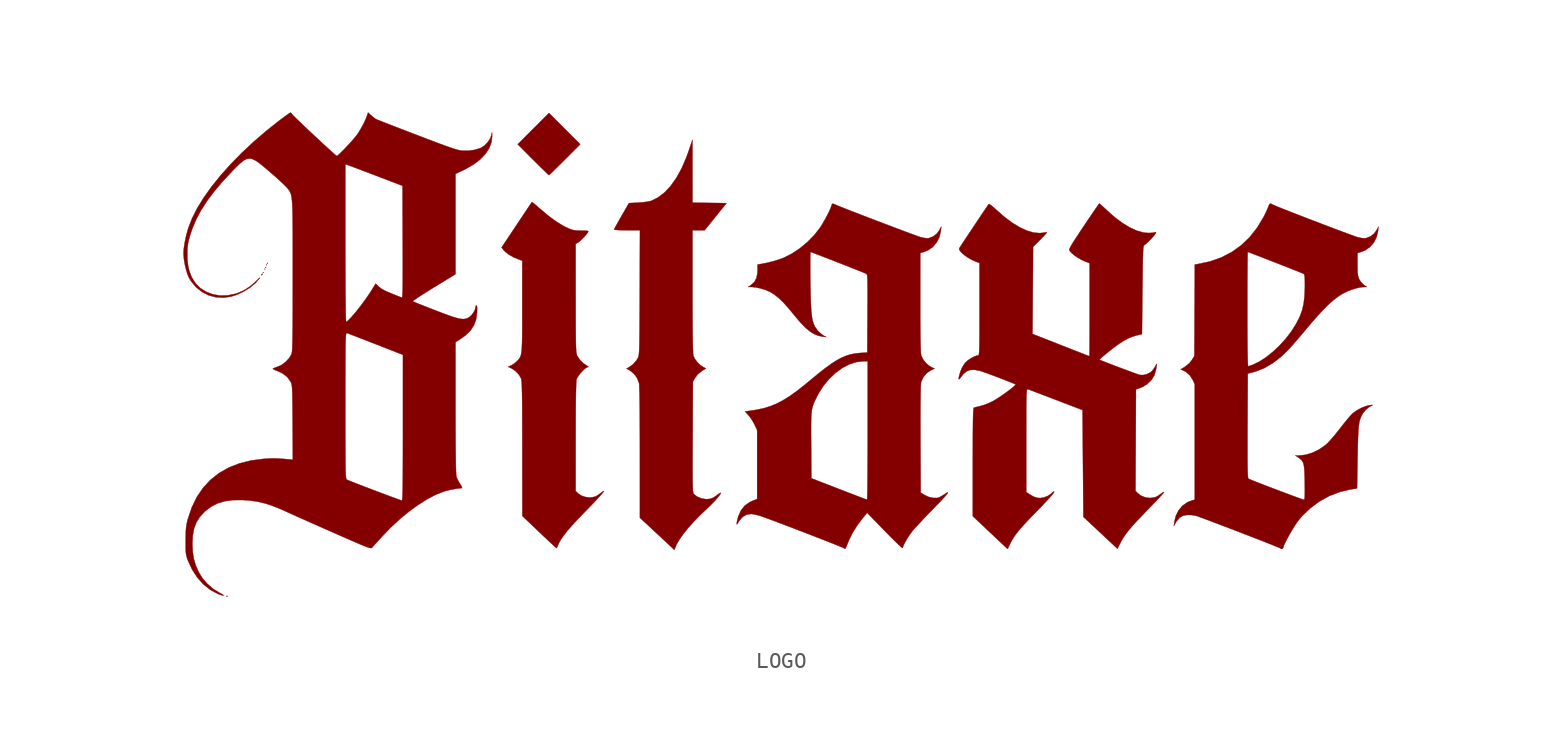
<source format=kicad_sym>
(kicad_symbol_lib
  (version 20220914)
  (generator kicad_symbol_editor)
  (symbol "LOGO"
    (pin_names
      (offset 1.016))
    (property "Reference" "#G"
      (at 0 27.529 0)
      (effects (font (size 1.27 1.27)) hide))
    (symbol "LOGO_0_0"
      (polyline (pts (xy -31.137 6.076) (xy -31.163 6.102) (xy -31.189 6.076) (xy -31.163 6.05) (xy -31.137 6.076)) (stroke (width 0.01) (type default)) (fill (type outline)))
      (polyline (pts (xy -31.033 6.285) (xy -31.059 6.311) (xy -31.085 6.285) (xy -31.059 6.259) (xy -31.033 6.285)) (stroke (width 0.01) (type default)) (fill (type outline)))
      (polyline (pts (xy -30.981 6.389) (xy -31.007 6.415) (xy -31.033 6.389) (xy -31.007 6.363) (xy -30.981 6.389)) (stroke (width 0.01) (type default)) (fill (type outline)))
      (polyline (pts (xy -30.929 6.546) (xy -30.955 6.572) (xy -30.981 6.546) (xy -30.955 6.519) (xy -30.929 6.546)) (stroke (width 0.01) (type default)) (fill (type outline)))
      (polyline (pts (xy -30.876 6.65) (xy -30.902 6.676) (xy -30.929 6.65) (xy -30.902 6.624) (xy -30.876 6.65)) (stroke (width 0.01) (type default)) (fill (type outline)))
      (polyline (pts (xy -33.404 -14.183) (xy -33.397 -14.152) (xy -33.405 -14.146) (xy -33.467 -14.152) (xy -33.475 -14.167) (xy -33.432 -14.187) (xy -33.404 -14.183)) (stroke (width 0.01) (type default)) (fill (type outline)))
      (polyline (pts (xy -31.265 5.896) (xy -31.215 5.946) (xy -31.206 5.964) (xy -31.209 5.998) (xy -31.218 5.996) (xy -31.268 5.946) (xy -31.277 5.927) (xy -31.274 5.894) (xy -31.265 5.896)) (stroke (width 0.01) (type default)) (fill (type outline)))
      (polyline (pts (xy -13.262 12.183) (xy -13.16 12.279) (xy -13.004 12.43) (xy -12.803 12.626) (xy -12.568 12.859) (xy -12.309 13.117) (xy -11.345 14.082) (xy -12.322 15.06) (xy -13.3 16.038) (xy -14.277 15.06) (xy -15.255 14.082) (xy -14.291 13.117) (xy -14.049 12.876) (xy -13.812 12.641) (xy -13.608 12.442) (xy -13.449 12.287) (xy -13.342 12.188) (xy -13.3 12.152) (xy -13.262 12.183)) (stroke (width 0.01) (type default)) (fill (type outline)))
      (polyline (pts (xy -5.372 -11.044) (xy -5.296 -10.879) (xy -5.123 -10.589) (xy -4.885 -10.257) (xy -4.595 -9.898) (xy -4.263 -9.524) (xy -3.901 -9.15) (xy -3.52 -8.788) (xy -3.385 -8.664) (xy -3.181 -8.464) (xy -2.994 -8.271) (xy -2.832 -8.092) (xy -2.7 -7.937) (xy -2.607 -7.813) (xy -2.559 -7.73) (xy -2.562 -7.696) (xy -2.624 -7.721) (xy -2.751 -7.811) (xy -2.924 -7.939) (xy -3.099 -8.037) (xy -3.268 -8.086) (xy -3.466 -8.099) (xy -3.506 -8.098) (xy -3.782 -8.05) (xy -4.04 -7.939) (xy -4.239 -7.784) (xy -4.244 -7.779) (xy -4.261 -7.752) (xy -4.277 -7.711) (xy -4.289 -7.65) (xy -4.3 -7.56) (xy -4.308 -7.434) (xy -4.314 -7.265) (xy -4.319 -7.044) (xy -4.322 -6.764) (xy -4.323 -6.418) (xy -4.323 -5.998) (xy -4.322 -5.497) (xy -4.32 -4.906) (xy -4.317 -4.219) (xy -4.303 -0.756) (xy -4.154 -0.503) (xy -4.011 -0.31) (xy -3.746 -0.089) (xy -3.487 0.072) (xy -3.664 0.163) (xy -3.827 0.271) (xy -4.021 0.457) (xy -4.179 0.668) (xy -4.273 0.87) (xy -4.278 0.896) (xy -4.29 1.036) (xy -4.3 1.279) (xy -4.309 1.626) (xy -4.316 2.075) (xy -4.321 2.626) (xy -4.325 3.28) (xy -4.328 4.034) (xy -4.329 4.89) (xy -4.329 8.71) (xy -3.947 8.71) (xy -3.566 8.71) (xy -2.882 9.558) (xy -2.198 10.405) (xy -3.264 10.419) (xy -4.329 10.433) (xy -4.33 12.401) (xy -4.33 14.369) (xy -4.56 13.686) (xy -4.71 13.269) (xy -5.003 12.589) (xy -5.329 11.996) (xy -5.683 11.492) (xy -6.064 11.082) (xy -6.469 10.767) (xy -6.896 10.552) (xy -6.972 10.53) (xy -7.172 10.491) (xy -7.428 10.459) (xy -7.711 10.437) (xy -8.302 10.405) (xy -8.767 9.598) (xy -8.901 9.363) (xy -9.033 9.128) (xy -9.138 8.938) (xy -9.207 8.806) (xy -9.232 8.75) (xy -9.215 8.742) (xy -9.113 8.729) (xy -8.935 8.719) (xy -8.699 8.713) (xy -8.422 8.71) (xy -7.612 8.71) (xy -7.626 4.811) (xy -7.629 4.146) (xy -7.631 3.504) (xy -7.634 2.952) (xy -7.637 2.483) (xy -7.641 2.09) (xy -7.645 1.765) (xy -7.65 1.501) (xy -7.656 1.291) (xy -7.664 1.127) (xy -7.674 1.002) (xy -7.685 0.909) (xy -7.698 0.84) (xy -7.714 0.787) (xy -7.732 0.745) (xy -7.753 0.704) (xy -7.836 0.571) (xy -8.055 0.32) (xy -8.308 0.14) (xy -8.454 0.065) (xy -8.226 -0.069) (xy -7.981 -0.268) (xy -7.787 -0.537) (xy -7.669 -0.845) (xy -7.665 -0.87) (xy -7.656 -1.004) (xy -7.647 -1.236) (xy -7.639 -1.56) (xy -7.633 -1.971) (xy -7.627 -2.465) (xy -7.623 -3.036) (xy -7.619 -3.68) (xy -7.617 -4.392) (xy -7.616 -5.166) (xy -7.615 -9.263) (xy -6.536 -10.267) (xy -5.458 -11.271) (xy -5.372 -11.044)) (stroke (width 0.01) (type default)) (fill (type outline)))
      (polyline (pts (xy -12.822 -11.156) (xy -12.782 -11.095) (xy -12.733 -10.977) (xy -12.691 -10.875) (xy -12.571 -10.652) (xy -12.396 -10.395) (xy -12.163 -10.097) (xy -11.864 -9.751) (xy -11.496 -9.352) (xy -11.053 -8.893) (xy -11.043 -8.883) (xy -10.677 -8.507) (xy -10.377 -8.193) (xy -10.146 -7.943) (xy -9.983 -7.758) (xy -9.89 -7.64) (xy -9.869 -7.59) (xy -9.921 -7.61) (xy -10.046 -7.7) (xy -10.088 -7.732) (xy -10.24 -7.845) (xy -10.354 -7.913) (xy -10.464 -7.953) (xy -10.606 -7.983) (xy -10.746 -7.996) (xy -11.016 -7.966) (xy -11.274 -7.877) (xy -11.477 -7.742) (xy -11.631 -7.595) (xy -11.63 -4.202) (xy -11.63 -3.444) (xy -11.627 -2.732) (xy -11.623 -2.122) (xy -11.617 -1.616) (xy -11.608 -1.211) (xy -11.599 -0.908) (xy -11.587 -0.706) (xy -11.574 -0.605) (xy -11.51 -0.469) (xy -11.396 -0.306) (xy -11.253 -0.138) (xy -11.103 0.01) (xy -10.966 0.117) (xy -10.865 0.159) (xy -10.839 0.161) (xy -10.836 0.186) (xy -10.927 0.243) (xy -11.162 0.404) (xy -11.379 0.624) (xy -11.532 0.861) (xy -11.534 0.865) (xy -11.553 0.912) (xy -11.569 0.969) (xy -11.583 1.042) (xy -11.595 1.141) (xy -11.604 1.272) (xy -11.612 1.444) (xy -11.617 1.666) (xy -11.622 1.944) (xy -11.625 2.287) (xy -11.627 2.702) (xy -11.629 3.198) (xy -11.629 3.783) (xy -11.63 4.463) (xy -11.631 7.858) (xy -11.495 7.931) (xy -11.478 7.94) (xy -11.363 8.031) (xy -11.215 8.171) (xy -11.063 8.332) (xy -10.932 8.484) (xy -10.851 8.602) (xy -10.841 8.626) (xy -10.855 8.656) (xy -10.922 8.674) (xy -11.059 8.683) (xy -11.284 8.686) (xy -11.297 8.686) (xy -11.55 8.692) (xy -11.74 8.714) (xy -11.91 8.759) (xy -12.1 8.834) (xy -12.397 8.98) (xy -12.841 9.253) (xy -13.317 9.6) (xy -13.812 10.014) (xy -13.877 10.072) (xy -14.065 10.236) (xy -14.218 10.365) (xy -14.323 10.449) (xy -14.366 10.475) (xy -14.379 10.456) (xy -14.443 10.362) (xy -14.553 10.197) (xy -14.703 9.972) (xy -14.886 9.699) (xy -15.094 9.386) (xy -15.322 9.044) (xy -16.262 7.632) (xy -16.137 7.471) (xy -16.025 7.354) (xy -15.801 7.185) (xy -15.528 7.028) (xy -15.236 6.903) (xy -14.969 6.808) (xy -14.969 3.95) (xy -14.969 3.529) (xy -14.969 2.949) (xy -14.97 2.459) (xy -14.974 2.05) (xy -14.98 1.714) (xy -14.99 1.442) (xy -15.004 1.225) (xy -15.023 1.055) (xy -15.049 0.923) (xy -15.081 0.82) (xy -15.122 0.738) (xy -15.171 0.668) (xy -15.229 0.601) (xy -15.297 0.528) (xy -15.333 0.493) (xy -15.496 0.361) (xy -15.66 0.263) (xy -15.856 0.173) (xy -15.645 0.077) (xy -15.63 0.07) (xy -15.395 -0.087) (xy -15.187 -0.307) (xy -15.04 -0.555) (xy -15.035 -0.57) (xy -15.023 -0.629) (xy -15.011 -0.722) (xy -15.002 -0.856) (xy -14.994 -1.037) (xy -14.987 -1.271) (xy -14.981 -1.565) (xy -14.976 -1.925) (xy -14.973 -2.358) (xy -14.97 -2.869) (xy -14.968 -3.466) (xy -14.967 -4.154) (xy -14.966 -4.94) (xy -14.963 -9.153) (xy -13.91 -10.155) (xy -13.875 -10.188) (xy -13.603 -10.446) (xy -13.356 -10.677) (xy -13.146 -10.874) (xy -12.981 -11.025) (xy -12.872 -11.124) (xy -12.828 -11.159) (xy -12.822 -11.156)) (stroke (width 0.01) (type default)) (fill (type outline)))
      (polyline (pts (xy 32.56 -11.204) (xy 32.597 -11.144) (xy 32.599 -11.126) (xy 32.638 -11.001) (xy 32.723 -10.812) (xy 32.842 -10.578) (xy 32.985 -10.317) (xy 33.142 -10.048) (xy 33.302 -9.79) (xy 33.455 -9.559) (xy 33.591 -9.377) (xy 33.785 -9.15) (xy 34.299 -8.657) (xy 34.871 -8.236) (xy 35.49 -7.896) (xy 36.142 -7.645) (xy 36.813 -7.49) (xy 37.213 -7.428) (xy 37.245 -5.5) (xy 37.248 -5.324) (xy 37.258 -4.799) (xy 37.27 -4.364) (xy 37.284 -4.008) (xy 37.302 -3.718) (xy 37.325 -3.484) (xy 37.355 -3.295) (xy 37.393 -3.138) (xy 37.44 -3.003) (xy 37.497 -2.878) (xy 37.567 -2.753) (xy 37.572 -2.744) (xy 37.737 -2.537) (xy 37.954 -2.351) (xy 38.178 -2.223) (xy 38.191 -2.214) (xy 38.143 -2.21) (xy 38.022 -2.221) (xy 37.769 -2.282) (xy 37.474 -2.4) (xy 37.186 -2.556) (xy 36.946 -2.73) (xy 36.877 -2.798) (xy 36.738 -2.952) (xy 36.563 -3.157) (xy 36.369 -3.397) (xy 36.17 -3.651) (xy 36.035 -3.824) (xy 35.825 -4.084) (xy 35.623 -4.321) (xy 35.447 -4.516) (xy 35.316 -4.648) (xy 35.215 -4.734) (xy 34.833 -4.997) (xy 34.418 -5.198) (xy 33.995 -5.327) (xy 33.592 -5.372) (xy 33.356 -5.372) (xy 33.55 -5.504) (xy 33.553 -5.506) (xy 33.669 -5.591) (xy 33.758 -5.678) (xy 33.825 -5.781) (xy 33.872 -5.915) (xy 33.904 -6.094) (xy 33.924 -6.334) (xy 33.936 -6.649) (xy 33.944 -7.054) (xy 33.944 -7.056) (xy 33.949 -7.432) (xy 33.949 -7.715) (xy 33.944 -7.916) (xy 33.934 -8.046) (xy 33.917 -8.116) (xy 33.894 -8.136) (xy 33.892 -8.136) (xy 33.819 -8.115) (xy 33.665 -8.062) (xy 33.441 -7.981) (xy 33.164 -7.879) (xy 32.845 -7.761) (xy 32.499 -7.631) (xy 32.141 -7.495) (xy 31.782 -7.359) (xy 31.439 -7.227) (xy 31.123 -7.104) (xy 30.85 -6.997) (xy 30.632 -6.91) (xy 30.484 -6.848) (xy 30.42 -6.817) (xy 30.414 -6.81) (xy 30.401 -6.764) (xy 30.39 -6.672) (xy 30.381 -6.528) (xy 30.375 -6.325) (xy 30.369 -6.057) (xy 30.366 -5.716) (xy 30.364 -5.298) (xy 30.364 -4.795) (xy 30.365 -4.2) (xy 30.367 -3.508) (xy 30.381 -0.249) (xy 30.752 -0.155) (xy 30.878 -0.12) (xy 31.406 0.088) (xy 31.934 0.394) (xy 32.452 0.791) (xy 32.953 1.274) (xy 32.983 1.307) (xy 33.132 1.474) (xy 33.328 1.698) (xy 33.554 1.961) (xy 33.796 2.246) (xy 34.038 2.534) (xy 34.34 2.893) (xy 34.747 3.358) (xy 35.11 3.749) (xy 35.438 4.075) (xy 35.739 4.342) (xy 36.022 4.559) (xy 36.295 4.734) (xy 36.568 4.874) (xy 36.586 4.882) (xy 36.863 4.991) (xy 37.157 5.08) (xy 37.431 5.141) (xy 37.649 5.163) (xy 37.828 5.163) (xy 37.651 5.281) (xy 37.601 5.32) (xy 37.466 5.464) (xy 37.357 5.631) (xy 37.33 5.688) (xy 37.29 5.792) (xy 37.263 5.91) (xy 37.248 6.064) (xy 37.241 6.278) (xy 37.239 6.573) (xy 37.239 7.283) (xy 37.516 7.37) (xy 37.729 7.458) (xy 38.027 7.667) (xy 38.267 7.948) (xy 38.437 8.284) (xy 38.523 8.661) (xy 38.553 8.945) (xy 38.436 8.719) (xy 38.278 8.502) (xy 38.044 8.32) (xy 37.776 8.216) (xy 37.699 8.208) (xy 37.508 8.221) (xy 37.29 8.263) (xy 37.266 8.27) (xy 37.134 8.313) (xy 36.924 8.388) (xy 36.647 8.489) (xy 36.315 8.612) (xy 35.937 8.754) (xy 35.526 8.909) (xy 35.092 9.074) (xy 34.645 9.245) (xy 34.197 9.416) (xy 33.76 9.585) (xy 33.343 9.747) (xy 32.958 9.898) (xy 32.616 10.033) (xy 32.328 10.148) (xy 32.105 10.239) (xy 31.957 10.302) (xy 31.896 10.333) (xy 31.831 10.373) (xy 31.745 10.354) (xy 31.687 10.239) (xy 31.677 10.208) (xy 31.624 10.072) (xy 31.541 9.885) (xy 31.442 9.678) (xy 31.377 9.552) (xy 30.97 8.874) (xy 30.502 8.281) (xy 29.973 7.773) (xy 29.385 7.35) (xy 28.738 7.013) (xy 28.031 6.762) (xy 27.266 6.597) (xy 27.072 6.567) (xy 27.058 3.781) (xy 30.355 3.781) (xy 30.355 4.154) (xy 30.356 4.736) (xy 30.357 5.281) (xy 30.359 5.78) (xy 30.362 6.226) (xy 30.365 6.609) (xy 30.368 6.923) (xy 30.372 7.157) (xy 30.376 7.303) (xy 30.381 7.354) (xy 30.387 7.353) (xy 30.466 7.324) (xy 30.625 7.264) (xy 30.851 7.178) (xy 31.129 7.071) (xy 31.447 6.947) (xy 31.79 6.814) (xy 32.146 6.674) (xy 32.502 6.535) (xy 32.843 6.401) (xy 33.156 6.277) (xy 33.428 6.169) (xy 33.645 6.082) (xy 33.794 6.021) (xy 33.862 5.991) (xy 33.885 5.976) (xy 33.915 5.932) (xy 33.935 5.852) (xy 33.946 5.72) (xy 33.951 5.517) (xy 33.952 5.227) (xy 33.951 5.096) (xy 33.928 4.563) (xy 33.871 4.1) (xy 33.771 3.683) (xy 33.621 3.284) (xy 33.415 2.881) (xy 33.144 2.446) (xy 33.076 2.347) (xy 32.741 1.913) (xy 32.36 1.496) (xy 31.951 1.113) (xy 31.532 0.778) (xy 31.119 0.508) (xy 30.731 0.317) (xy 30.614 0.273) (xy 30.478 0.227) (xy 30.405 0.209) (xy 30.398 0.234) (xy 30.388 0.357) (xy 30.379 0.579) (xy 30.372 0.895) (xy 30.366 1.303) (xy 30.361 1.799) (xy 30.358 2.38) (xy 30.355 3.042) (xy 30.355 3.781) (xy 27.058 3.781) (xy 27.057 3.71) (xy 27.043 0.852) (xy 26.884 0.596) (xy 26.737 0.403) (xy 26.454 0.176) (xy 26.182 0.013) (xy 26.346 -0.055) (xy 26.502 -0.135) (xy 26.756 -0.353) (xy 26.945 -0.65) (xy 27.068 -0.913) (xy 27.068 -4.524) (xy 27.069 -8.134) (xy 26.925 -8.169) (xy 26.599 -8.295) (xy 26.301 -8.509) (xy 26.059 -8.795) (xy 25.886 -9.136) (xy 25.793 -9.518) (xy 25.761 -9.779) (xy 25.863 -9.597) (xy 25.941 -9.469) (xy 26.12 -9.261) (xy 26.329 -9.138) (xy 26.588 -9.086) (xy 26.87 -9.091) (xy 27.162 -9.145) (xy 27.169 -9.147) (xy 27.287 -9.187) (xy 27.483 -9.258) (xy 27.748 -9.356) (xy 28.069 -9.477) (xy 28.437 -9.616) (xy 28.839 -9.769) (xy 29.266 -9.932) (xy 29.705 -10.1) (xy 30.146 -10.27) (xy 30.577 -10.437) (xy 30.988 -10.597) (xy 31.369 -10.745) (xy 31.706 -10.878) (xy 31.991 -10.991) (xy 32.21 -11.08) (xy 32.355 -11.14) (xy 32.412 -11.168) (xy 32.476 -11.205) (xy 32.56 -11.204)) (stroke (width 0.01) (type default)) (fill (type outline)))
      (polyline (pts (xy 5.252 -11.153) (xy 5.306 -11.036) (xy 5.384 -10.835) (xy 5.442 -10.69) (xy 5.67 -10.226) (xy 5.961 -9.755) (xy 6.291 -9.313) (xy 6.59 -8.951) (xy 7.7 -10.095) (xy 7.81 -10.208) (xy 8.082 -10.484) (xy 8.323 -10.722) (xy 8.524 -10.916) (xy 8.679 -11.058) (xy 8.777 -11.14) (xy 8.812 -11.154) (xy 8.814 -11.139) (xy 8.854 -11.011) (xy 8.943 -10.827) (xy 9.066 -10.608) (xy 9.213 -10.377) (xy 9.37 -10.156) (xy 9.448 -10.06) (xy 9.603 -9.884) (xy 9.808 -9.661) (xy 10.049 -9.402) (xy 10.314 -9.124) (xy 10.59 -8.841) (xy 10.688 -8.741) (xy 11.02 -8.399) (xy 11.279 -8.126) (xy 11.468 -7.92) (xy 11.588 -7.777) (xy 11.641 -7.696) (xy 11.629 -7.673) (xy 11.554 -7.707) (xy 11.419 -7.795) (xy 11.287 -7.88) (xy 11.131 -7.967) (xy 11.021 -8.013) (xy 10.957 -8.025) (xy 10.706 -8.022) (xy 10.433 -7.958) (xy 10.181 -7.84) (xy 9.936 -7.689) (xy 9.922 -4.334) (xy 9.922 -4.16) (xy 9.92 -3.439) (xy 9.92 -2.796) (xy 9.922 -2.234) (xy 9.927 -1.758) (xy 9.933 -1.372) (xy 9.94 -1.078) (xy 9.95 -0.881) (xy 9.961 -0.784) (xy 9.973 -0.744) (xy 10.108 -0.466) (xy 10.313 -0.224) (xy 10.561 -0.052) (xy 10.804 0.065) (xy 10.602 0.156) (xy 10.459 0.24) (xy 10.252 0.425) (xy 10.079 0.651) (xy 9.97 0.879) (xy 9.963 0.91) (xy 9.95 1.029) (xy 9.939 1.222) (xy 9.93 1.494) (xy 9.922 1.849) (xy 9.917 2.29) (xy 9.913 2.824) (xy 9.91 3.453) (xy 9.91 4.182) (xy 9.91 7.283) (xy 10.187 7.37) (xy 10.399 7.458) (xy 10.698 7.667) (xy 10.938 7.948) (xy 11.107 8.284) (xy 11.194 8.661) (xy 11.223 8.945) (xy 11.107 8.719) (xy 10.948 8.502) (xy 10.714 8.32) (xy 10.447 8.216) (xy 10.383 8.209) (xy 10.188 8.222) (xy 9.952 8.272) (xy 9.915 8.283) (xy 9.77 8.333) (xy 9.545 8.414) (xy 9.251 8.522) (xy 8.902 8.652) (xy 8.508 8.8) (xy 8.081 8.961) (xy 7.633 9.13) (xy 7.177 9.304) (xy 6.723 9.478) (xy 6.284 9.646) (xy 5.872 9.806) (xy 5.497 9.951) (xy 5.173 10.078) (xy 4.911 10.183) (xy 4.723 10.259) (xy 4.621 10.304) (xy 4.543 10.341) (xy 4.444 10.372) (xy 4.391 10.34) (xy 4.357 10.239) (xy 4.313 10.111) (xy 4.221 9.902) (xy 4.096 9.651) (xy 3.953 9.383) (xy 3.803 9.122) (xy 3.66 8.893) (xy 3.639 8.862) (xy 3.283 8.406) (xy 2.853 7.97) (xy 2.374 7.574) (xy 1.871 7.24) (xy 1.368 6.986) (xy 1.114 6.892) (xy 0.733 6.775) (xy 0.325 6.673) (xy -0.065 6.598) (xy -0.261 6.567) (xy -0.262 6.191) (xy -0.268 6.033) (xy -0.331 5.72) (xy -0.464 5.474) (xy -0.673 5.282) (xy -0.85 5.163) (xy -0.647 5.163) (xy -0.529 5.155) (xy -0.325 5.126) (xy -0.114 5.084) (xy -0.094 5.079) (xy 0.215 4.988) (xy 0.501 4.864) (xy 0.776 4.699) (xy 1.052 4.481) (xy 1.343 4.202) (xy 1.66 3.851) (xy 2.016 3.42) (xy 2.125 3.285) (xy 2.45 2.906) (xy 2.742 2.609) (xy 3.013 2.384) (xy 3.273 2.223) (xy 3.534 2.118) (xy 3.807 2.06) (xy 4.042 2.029) (xy 3.886 2.116) (xy 3.797 2.17) (xy 3.526 2.4) (xy 3.329 2.679) (xy 3.288 2.762) (xy 3.232 2.899) (xy 3.186 3.051) (xy 3.148 3.228) (xy 3.118 3.443) (xy 3.095 3.706) (xy 3.076 4.028) (xy 3.062 4.421) (xy 3.05 4.895) (xy 3.04 5.463) (xy 3.035 5.894) (xy 3.031 6.292) (xy 3.03 6.643) (xy 3.032 6.937) (xy 3.035 7.161) (xy 3.041 7.304) (xy 3.049 7.354) (xy 3.053 7.353) (xy 3.128 7.327) (xy 3.284 7.269) (xy 3.506 7.184) (xy 3.783 7.078) (xy 4.099 6.956) (xy 4.443 6.822) (xy 4.799 6.683) (xy 5.155 6.543) (xy 5.498 6.408) (xy 5.813 6.283) (xy 6.088 6.174) (xy 6.308 6.085) (xy 6.461 6.022) (xy 6.533 5.991) (xy 6.534 5.99) (xy 6.555 5.973) (xy 6.573 5.941) (xy 6.587 5.885) (xy 6.598 5.796) (xy 6.606 5.665) (xy 6.612 5.484) (xy 6.615 5.244) (xy 6.616 4.934) (xy 6.616 4.547) (xy 6.614 4.074) (xy 6.611 3.505) (xy 6.598 1.069) (xy 6.128 1.037) (xy 5.866 1.01) (xy 5.572 0.956) (xy 5.285 0.869) (xy 4.992 0.746) (xy 4.682 0.578) (xy 4.344 0.361) (xy 3.967 0.088) (xy 3.54 -0.247) (xy 3.051 -0.651) (xy 2.673 -0.964) (xy 2.184 -1.347) (xy 1.739 -1.664) (xy 1.324 -1.923) (xy 0.925 -2.13) (xy 0.527 -2.292) (xy 0.117 -2.417) (xy -0.32 -2.512) (xy -0.799 -2.584) (xy -1.05 -2.615) (xy -0.833 -2.85) (xy -0.714 -2.998) (xy -0.571 -3.216) (xy -0.452 -3.433) (xy -0.287 -3.781) (xy -0.287 -3.819) (xy 3.084 -3.819) (xy 3.085 -3.433) (xy 3.09 -3.118) (xy 3.1 -2.861) (xy 3.118 -2.651) (xy 3.144 -2.475) (xy 3.18 -2.321) (xy 3.228 -2.177) (xy 3.289 -2.031) (xy 3.365 -1.87) (xy 3.457 -1.683) (xy 3.556 -1.492) (xy 3.862 -1.012) (xy 4.219 -0.581) (xy 4.614 -0.209) (xy 5.037 0.097) (xy 5.474 0.326) (xy 5.916 0.47) (xy 6.35 0.521) (xy 6.624 0.521) (xy 6.624 -3.807) (xy 6.624 -4.199) (xy 6.623 -4.843) (xy 6.621 -5.453) (xy 6.618 -6.019) (xy 6.615 -6.534) (xy 6.611 -6.991) (xy 6.607 -7.382) (xy 6.602 -7.699) (xy 6.596 -7.936) (xy 6.591 -8.082) (xy 6.585 -8.133) (xy 6.539 -8.117) (xy 6.405 -8.068) (xy 6.195 -7.989) (xy 5.921 -7.885) (xy 5.594 -7.759) (xy 5.225 -7.617) (xy 4.824 -7.462) (xy 3.103 -6.795) (xy 3.09 -4.717) (xy 3.087 -4.287) (xy 3.084 -3.819) (xy -0.287 -3.819) (xy -0.287 -5.935) (xy -0.287 -8.089) (xy -0.6 -8.215) (xy -0.748 -8.283) (xy -1.059 -8.504) (xy -1.297 -8.798) (xy -1.46 -9.163) (xy -1.51 -9.342) (xy -1.549 -9.509) (xy -1.563 -9.615) (xy -1.557 -9.674) (xy -1.533 -9.666) (xy -1.478 -9.571) (xy -1.408 -9.453) (xy -1.202 -9.219) (xy -0.955 -9.073) (xy -0.679 -9.023) (xy -0.559 -9.035) (xy -0.372 -9.071) (xy -0.169 -9.123) (xy -0.164 -9.124) (xy -0.041 -9.164) (xy 0.161 -9.236) (xy 0.431 -9.334) (xy 0.757 -9.455) (xy 1.129 -9.595) (xy 1.535 -9.749) (xy 1.965 -9.912) (xy 2.407 -10.082) (xy 2.851 -10.253) (xy 3.285 -10.421) (xy 3.699 -10.582) (xy 4.082 -10.732) (xy 4.421 -10.866) (xy 4.708 -10.981) (xy 4.929 -11.071) (xy 5.075 -11.134) (xy 5.135 -11.164) (xy 5.169 -11.194) (xy 5.21 -11.2) (xy 5.252 -11.153)) (stroke (width 0.01) (type default)) (fill (type outline)))
      (polyline (pts (xy 15.387 -11.181) (xy 15.438 -11.08) (xy 15.508 -10.931) (xy 15.528 -10.887) (xy 15.639 -10.674) (xy 15.771 -10.46) (xy 15.934 -10.233) (xy 16.137 -9.982) (xy 16.39 -9.696) (xy 16.701 -9.363) (xy 17.081 -8.971) (xy 17.086 -8.966) (xy 17.456 -8.586) (xy 17.753 -8.274) (xy 17.982 -8.027) (xy 18.144 -7.841) (xy 18.244 -7.713) (xy 18.283 -7.639) (xy 18.266 -7.615) (xy 18.207 -7.645) (xy 18.119 -7.726) (xy 18.06 -7.783) (xy 17.864 -7.906) (xy 17.632 -7.996) (xy 17.41 -8.031) (xy 17.231 -8.017) (xy 16.991 -7.94) (xy 16.729 -7.787) (xy 16.533 -7.653) (xy 16.533 -4.423) (xy 16.534 -3.845) (xy 16.534 -3.268) (xy 16.535 -2.781) (xy 16.537 -2.378) (xy 16.54 -2.049) (xy 16.544 -1.788) (xy 16.549 -1.587) (xy 16.556 -1.439) (xy 16.566 -1.336) (xy 16.577 -1.27) (xy 16.59 -1.234) (xy 16.606 -1.221) (xy 16.625 -1.223) (xy 16.669 -1.239) (xy 16.804 -1.289) (xy 17.015 -1.369) (xy 17.291 -1.474) (xy 17.619 -1.599) (xy 17.988 -1.74) (xy 18.385 -1.892) (xy 20.054 -2.53) (xy 20.08 -5.869) (xy 20.106 -9.208) (xy 21.172 -10.204) (xy 22.237 -11.2) (xy 22.43 -10.816) (xy 22.499 -10.685) (xy 22.622 -10.481) (xy 22.769 -10.267) (xy 22.951 -10.034) (xy 23.174 -9.772) (xy 23.449 -9.469) (xy 23.783 -9.116) (xy 24.185 -8.702) (xy 24.421 -8.459) (xy 24.654 -8.216) (xy 24.852 -8.005) (xy 25.005 -7.836) (xy 25.104 -7.72) (xy 25.139 -7.667) (xy 25.132 -7.656) (xy 25.072 -7.675) (xy 24.97 -7.748) (xy 24.945 -7.768) (xy 24.786 -7.88) (xy 24.632 -7.962) (xy 24.567 -7.986) (xy 24.282 -8.028) (xy 23.985 -7.991) (xy 23.707 -7.882) (xy 23.483 -7.709) (xy 23.365 -7.581) (xy 23.378 -4.408) (xy 23.392 -1.234) (xy 23.627 -1.157) (xy 23.782 -1.097) (xy 24.104 -0.903) (xy 24.365 -0.645) (xy 24.55 -0.339) (xy 24.647 -0.0003) (xy 24.655 0.059) (xy 24.68 0.223) (xy 24.702 0.339) (xy 24.699 0.36) (xy 24.661 0.315) (xy 24.595 0.201) (xy 24.547 0.119) (xy 24.433 -0.04) (xy 24.326 -0.151) (xy 24.281 -0.183) (xy 24.073 -0.285) (xy 23.843 -0.34) (xy 23.642 -0.336) (xy 23.584 -0.319) (xy 23.441 -0.269) (xy 23.232 -0.194) (xy 22.975 -0.099) (xy 22.686 0.008) (xy 22.381 0.123) (xy 22.076 0.238) (xy 21.787 0.348) (xy 21.532 0.447) (xy 21.325 0.528) (xy 21.184 0.585) (xy 21.124 0.613) (xy 21.136 0.641) (xy 21.209 0.719) (xy 21.329 0.825) (xy 21.632 1.075) (xy 22.015 1.377) (xy 22.346 1.618) (xy 22.638 1.806) (xy 22.903 1.948) (xy 23.154 2.052) (xy 23.402 2.127) (xy 23.767 2.216) (xy 23.797 4.976) (xy 23.803 5.515) (xy 23.809 6.039) (xy 23.815 6.473) (xy 23.821 6.828) (xy 23.828 7.111) (xy 23.835 7.33) (xy 23.844 7.494) (xy 23.855 7.612) (xy 23.868 7.692) (xy 23.883 7.742) (xy 23.901 7.771) (xy 23.922 7.787) (xy 23.982 7.829) (xy 24.111 7.941) (xy 24.264 8.089) (xy 24.416 8.25) (xy 24.542 8.395) (xy 24.617 8.5) (xy 24.647 8.56) (xy 24.641 8.596) (xy 24.557 8.575) (xy 24.476 8.558) (xy 24.309 8.543) (xy 24.116 8.54) (xy 23.84 8.571) (xy 23.436 8.688) (xy 23.002 8.887) (xy 22.548 9.162) (xy 22.084 9.507) (xy 21.62 9.916) (xy 21.592 9.943) (xy 21.411 10.114) (xy 21.259 10.252) (xy 21.152 10.345) (xy 21.104 10.379) (xy 21.088 10.362) (xy 21.02 10.271) (xy 20.905 10.11) (xy 20.752 9.888) (xy 20.567 9.616) (xy 20.356 9.305) (xy 20.128 8.964) (xy 20.109 8.936) (xy 19.853 8.552) (xy 19.65 8.243) (xy 19.494 8.002) (xy 19.38 7.818) (xy 19.302 7.682) (xy 19.255 7.585) (xy 19.234 7.516) (xy 19.233 7.468) (xy 19.247 7.429) (xy 19.343 7.31) (xy 19.512 7.164) (xy 19.726 7.013) (xy 19.959 6.876) (xy 20.186 6.771) (xy 20.497 6.65) (xy 20.497 3.742) (xy 20.497 3.374) (xy 20.497 2.856) (xy 20.496 2.375) (xy 20.494 1.944) (xy 20.493 1.569) (xy 20.491 1.262) (xy 20.489 1.031) (xy 20.487 0.885) (xy 20.484 0.835) (xy 20.484 0.835) (xy 20.433 0.854) (xy 20.295 0.907) (xy 20.083 0.99) (xy 19.806 1.098) (xy 19.476 1.227) (xy 19.103 1.373) (xy 18.698 1.532) (xy 16.925 2.229) (xy 16.944 4.95) (xy 16.963 7.672) (xy 17.407 8.115) (xy 17.412 8.12) (xy 17.58 8.292) (xy 17.715 8.436) (xy 17.803 8.536) (xy 17.831 8.578) (xy 17.808 8.582) (xy 17.707 8.573) (xy 17.558 8.55) (xy 17.379 8.53) (xy 17.004 8.562) (xy 16.591 8.68) (xy 16.146 8.883) (xy 15.677 9.166) (xy 15.19 9.527) (xy 14.692 9.963) (xy 14.509 10.128) (xy 14.354 10.255) (xy 14.242 10.332) (xy 14.19 10.347) (xy 14.186 10.343) (xy 14.138 10.274) (xy 14.043 10.133) (xy 13.909 9.934) (xy 13.745 9.691) (xy 13.56 9.414) (xy 13.362 9.118) (xy 13.161 8.816) (xy 12.963 8.519) (xy 12.779 8.242) (xy 12.616 7.996) (xy 12.484 7.796) (xy 12.39 7.653) (xy 12.344 7.58) (xy 12.337 7.53) (xy 12.391 7.42) (xy 12.513 7.285) (xy 12.688 7.138) (xy 12.898 6.992) (xy 13.129 6.861) (xy 13.365 6.755) (xy 13.613 6.662) (xy 13.613 3.774) (xy 13.613 3.712) (xy 13.613 3.098) (xy 13.612 2.58) (xy 13.61 2.15) (xy 13.608 1.799) (xy 13.604 1.52) (xy 13.599 1.303) (xy 13.592 1.143) (xy 13.583 1.029) (xy 13.572 0.954) (xy 13.558 0.911) (xy 13.541 0.891) (xy 13.521 0.886) (xy 13.45 0.877) (xy 13.268 0.811) (xy 13.062 0.7) (xy 12.865 0.561) (xy 12.709 0.413) (xy 12.688 0.389) (xy 12.531 0.141) (xy 12.412 -0.147) (xy 12.405 -0.171) (xy 12.337 -0.411) (xy 12.31 -0.557) (xy 12.324 -0.61) (xy 12.38 -0.571) (xy 12.478 -0.441) (xy 12.594 -0.29) (xy 12.8 -0.113) (xy 13.036 -0.022) (xy 13.317 -0.015) (xy 13.657 -0.085) (xy 13.7 -0.098) (xy 13.863 -0.153) (xy 14.085 -0.232) (xy 14.347 -0.328) (xy 14.632 -0.434) (xy 14.924 -0.545) (xy 15.204 -0.654) (xy 15.456 -0.753) (xy 15.662 -0.836) (xy 15.804 -0.897) (xy 15.866 -0.929) (xy 15.862 -0.949) (xy 15.796 -1.022) (xy 15.668 -1.133) (xy 15.492 -1.272) (xy 15.284 -1.426) (xy 15.06 -1.585) (xy 14.835 -1.737) (xy 14.626 -1.871) (xy 14.447 -1.974) (xy 14.433 -1.982) (xy 14.188 -2.097) (xy 13.923 -2.201) (xy 13.691 -2.272) (xy 13.68 -2.275) (xy 13.492 -2.321) (xy 13.341 -2.358) (xy 13.261 -2.379) (xy 13.253 -2.387) (xy 13.24 -2.435) (xy 13.23 -2.532) (xy 13.221 -2.682) (xy 13.213 -2.893) (xy 13.207 -3.171) (xy 13.203 -3.522) (xy 13.199 -3.952) (xy 13.197 -4.468) (xy 13.196 -5.075) (xy 13.195 -5.781) (xy 13.195 -9.166) (xy 14.278 -10.187) (xy 14.335 -10.241) (xy 14.609 -10.499) (xy 14.855 -10.73) (xy 15.064 -10.926) (xy 15.225 -11.078) (xy 15.33 -11.175) (xy 15.369 -11.21) (xy 15.387 -11.181)) (stroke (width 0.01) (type default)) (fill (type outline)))
      (polyline (pts (xy -33.634 -14.105) (xy -33.723 -14.042) (xy -33.907 -13.943) (xy -34.274 -13.719) (xy -34.647 -13.398) (xy -34.969 -13.024) (xy -35.213 -12.622) (xy -35.384 -12.219) (xy -35.502 -11.817) (xy -35.568 -11.389) (xy -35.59 -10.901) (xy -35.59 -10.875) (xy -35.564 -10.362) (xy -35.48 -9.922) (xy -35.332 -9.54) (xy -35.113 -9.198) (xy -34.818 -8.88) (xy -34.773 -8.839) (xy -34.403 -8.561) (xy -33.997 -8.357) (xy -33.543 -8.223) (xy -33.029 -8.157) (xy -32.441 -8.154) (xy -32.382 -8.157) (xy -31.929 -8.193) (xy -31.503 -8.257) (xy -31.082 -8.356) (xy -30.644 -8.495) (xy -30.166 -8.682) (xy -29.625 -8.922) (xy -29.496 -8.981) (xy -29.25 -9.092) (xy -28.93 -9.236) (xy -28.552 -9.405) (xy -28.127 -9.594) (xy -27.669 -9.797) (xy -27.192 -10.008) (xy -26.708 -10.221) (xy -26.493 -10.316) (xy -26.004 -10.531) (xy -25.598 -10.708) (xy -25.269 -10.851) (xy -25.006 -10.961) (xy -24.803 -11.044) (xy -24.65 -11.102) (xy -24.539 -11.137) (xy -24.463 -11.154) (xy -24.412 -11.156) (xy -24.379 -11.145) (xy -24.355 -11.125) (xy -24.345 -11.113) (xy -24.263 -11.024) (xy -24.132 -10.879) (xy -23.966 -10.696) (xy -23.782 -10.491) (xy -23.749 -10.455) (xy -23.208 -9.891) (xy -22.642 -9.365) (xy -22.064 -8.887) (xy -21.485 -8.464) (xy -20.919 -8.106) (xy -20.377 -7.822) (xy -19.872 -7.622) (xy -19.681 -7.568) (xy -19.427 -7.51) (xy -19.16 -7.459) (xy -18.919 -7.423) (xy -18.741 -7.407) (xy -18.733 -7.375) (xy -18.773 -7.279) (xy -18.856 -7.143) (xy -18.93 -7.024) (xy -19.027 -6.839) (xy -19.087 -6.686) (xy -19.098 -6.597) (xy -19.108 -6.404) (xy -19.116 -6.112) (xy -19.124 -5.722) (xy -19.13 -5.237) (xy -19.135 -4.659) (xy -19.138 -3.991) (xy -19.14 -3.235) (xy -19.141 -2.392) (xy -19.141 1.709) (xy -18.804 1.929) (xy -18.514 2.139) (xy -18.206 2.438) (xy -17.988 2.767) (xy -17.854 3.137) (xy -17.796 3.56) (xy -17.793 3.618) (xy -17.789 3.844) (xy -17.802 3.974) (xy -17.831 4.016) (xy -17.868 3.99) (xy -17.89 3.899) (xy -17.921 3.755) (xy -18.016 3.567) (xy -18.152 3.391) (xy -18.305 3.264) (xy -18.412 3.209) (xy -18.527 3.172) (xy -18.658 3.158) (xy -18.814 3.17) (xy -19.008 3.21) (xy -19.252 3.28) (xy -19.557 3.384) (xy -19.935 3.522) (xy -20.398 3.699) (xy -20.456 3.722) (xy -20.81 3.86) (xy -21.129 3.985) (xy -21.401 4.094) (xy -21.615 4.181) (xy -21.756 4.241) (xy -21.813 4.268) (xy -21.809 4.277) (xy -21.742 4.333) (xy -21.6 4.432) (xy -21.394 4.569) (xy -21.134 4.736) (xy -20.831 4.927) (xy -20.496 5.134) (xy -19.141 5.963) (xy -19.141 9.097) (xy -19.141 12.231) (xy -18.633 12.473) (xy -18.532 12.521) (xy -18.028 12.809) (xy -17.608 13.126) (xy -17.277 13.467) (xy -17.038 13.828) (xy -16.895 14.204) (xy -16.852 14.589) (xy -16.858 14.838) (xy -16.906 14.624) (xy -16.973 14.447) (xy -17.12 14.223) (xy -17.31 14.022) (xy -17.517 13.878) (xy -17.599 13.84) (xy -17.936 13.736) (xy -18.32 13.682) (xy -18.713 13.684) (xy -18.741 13.687) (xy -18.843 13.701) (xy -18.961 13.725) (xy -19.103 13.763) (xy -19.279 13.817) (xy -19.499 13.89) (xy -19.77 13.987) (xy -20.102 14.109) (xy -20.505 14.26) (xy -20.986 14.443) (xy -21.555 14.661) (xy -21.666 14.703) (xy -22.144 14.887) (xy -22.592 15.059) (xy -23.001 15.217) (xy -23.36 15.357) (xy -23.661 15.475) (xy -23.893 15.566) (xy -24.047 15.628) (xy -24.114 15.656) (xy -24.156 15.683) (xy -24.274 15.772) (xy -24.409 15.888) (xy -24.608 16.068) (xy -24.672 15.87) (xy -24.756 15.654) (xy -24.898 15.352) (xy -25.072 15.034) (xy -25.259 14.734) (xy -25.26 14.733) (xy -25.357 14.603) (xy -25.5 14.432) (xy -25.672 14.235) (xy -25.861 14.028) (xy -26.053 13.824) (xy -26.232 13.64) (xy -26.386 13.49) (xy -26.5 13.389) (xy -26.56 13.352) (xy -26.579 13.364) (xy -26.667 13.435) (xy -26.813 13.563) (xy -27.008 13.738) (xy -27.241 13.951) (xy -27.501 14.191) (xy -27.78 14.45) (xy -28.065 14.716) (xy -28.347 14.981) (xy -28.615 15.234) (xy -28.859 15.467) (xy -29.069 15.669) (xy -29.233 15.83) (xy -29.342 15.942) (xy -29.386 15.993) (xy -29.401 16.023) (xy -29.459 16.064) (xy -29.501 16.041) (xy -29.615 15.964) (xy -29.785 15.842) (xy -29.997 15.685) (xy -30.236 15.503) (xy -30.969 14.921) (xy -31.77 14.232) (xy -32.52 13.53) (xy -33.212 12.824) (xy -33.841 12.118) (xy -34.402 11.421) (xy -34.888 10.737) (xy -35.295 10.074) (xy -35.616 9.438) (xy -35.847 8.837) (xy -35.881 8.727) (xy -35.987 8.325) (xy -36.071 7.925) (xy -36.125 7.558) (xy -36.144 7.257) (xy -36.143 7.204) (xy -36.117 6.909) (xy -36.061 6.58) (xy -35.984 6.25) (xy -35.894 5.956) (xy -35.797 5.731) (xy -35.662 5.511) (xy -35.35 5.141) (xy -34.979 4.849) (xy -34.562 4.64) (xy -34.111 4.52) (xy -33.637 4.494) (xy -33.153 4.567) (xy -32.788 4.686) (xy -32.365 4.884) (xy -31.975 5.13) (xy -31.642 5.408) (xy -31.389 5.704) (xy -31.372 5.732) (xy -31.376 5.747) (xy -31.442 5.693) (xy -31.562 5.575) (xy -31.929 5.241) (xy -32.37 4.95) (xy -32.842 4.752) (xy -33.354 4.642) (xy -33.385 4.638) (xy -33.861 4.628) (xy -34.312 4.705) (xy -34.726 4.862) (xy -35.09 5.093) (xy -35.391 5.393) (xy -35.616 5.755) (xy -35.675 5.885) (xy -35.788 6.191) (xy -35.859 6.498) (xy -35.896 6.84) (xy -35.904 7.25) (xy -35.904 7.283) (xy -35.897 7.549) (xy -35.88 7.764) (xy -35.846 7.965) (xy -35.79 8.19) (xy -35.705 8.475) (xy -35.593 8.807) (xy -35.355 9.374) (xy -35.056 9.94) (xy -34.689 10.513) (xy -34.249 11.104) (xy -33.727 11.722) (xy -33.12 12.377) (xy -32.844 12.659) (xy -32.6 12.894) (xy -32.392 13.062) (xy -32.205 13.163) (xy -32.025 13.196) (xy -31.838 13.162) (xy -31.629 13.06) (xy -31.384 12.89) (xy -31.32 12.837) (xy -26.026 12.837) (xy -25.915 12.802) (xy -25.867 12.785) (xy -25.727 12.733) (xy -25.511 12.652) (xy -25.231 12.547) (xy -24.899 12.421) (xy -24.528 12.28) (xy -24.129 12.128) (xy -22.453 11.488) (xy -22.44 7.981) (xy -22.438 7.28) (xy -22.436 6.663) (xy -22.436 6.137) (xy -22.438 5.698) (xy -22.44 5.338) (xy -22.445 5.051) (xy -22.45 4.831) (xy -22.458 4.673) (xy -22.467 4.568) (xy -22.479 4.513) (xy -22.492 4.499) (xy -22.855 4.64) (xy -23.166 4.764) (xy -23.404 4.865) (xy -23.584 4.949) (xy -23.721 5.024) (xy -23.827 5.096) (xy -23.916 5.171) (xy -24.133 5.372) (xy -24.382 4.968) (xy -24.492 4.794) (xy -24.757 4.408) (xy -25.053 4.006) (xy -25.355 3.624) (xy -25.634 3.299) (xy -25.685 3.244) (xy -25.819 3.106) (xy -25.923 3.009) (xy -25.978 2.973) (xy -25.983 2.996) (xy -25.991 3.115) (xy -25.998 3.329) (xy -26.004 3.635) (xy -26.009 4.027) (xy -26.014 4.5) (xy -26.018 5.048) (xy -26.022 5.668) (xy -26.024 6.354) (xy -26.025 7.102) (xy -26.026 7.905) (xy -26.026 12.837) (xy -31.32 12.837) (xy -31.09 12.651) (xy -30.731 12.345) (xy -30.603 12.234) (xy -30.335 11.997) (xy -30.091 11.775) (xy -29.884 11.581) (xy -29.73 11.428) (xy -29.641 11.329) (xy -29.613 11.292) (xy -29.561 11.223) (xy -29.516 11.158) (xy -29.476 11.087) (xy -29.442 11.005) (xy -29.413 10.906) (xy -29.389 10.782) (xy -29.369 10.627) (xy -29.352 10.435) (xy -29.34 10.197) (xy -29.33 9.909) (xy -29.323 9.563) (xy -29.318 9.153) (xy -29.314 8.672) (xy -29.313 8.113) (xy -29.312 7.47) (xy -29.312 6.735) (xy -29.312 5.903) (xy -29.312 5.332) (xy -29.313 4.537) (xy -29.314 3.838) (xy -29.317 3.23) (xy -29.32 2.708) (xy -29.325 2.266) (xy -29.33 1.9) (xy -29.337 1.604) (xy -29.345 1.374) (xy -29.354 1.204) (xy -29.364 1.088) (xy -29.376 1.023) (xy -29.404 0.945) (xy -29.547 0.708) (xy -29.756 0.484) (xy -30.004 0.299) (xy -30.264 0.178) (xy -30.399 0.132) (xy -30.518 0.083) (xy -30.564 0.05) (xy -30.524 0.018) (xy -30.41 -0.037) (xy -30.248 -0.101) (xy -29.962 -0.233) (xy -29.666 -0.461) (xy -29.452 -0.751) (xy -29.442 -0.77) (xy -29.417 -0.823) (xy -29.396 -0.882) (xy -29.378 -0.957) (xy -29.365 -1.057) (xy -29.354 -1.192) (xy -29.346 -1.373) (xy -29.339 -1.609) (xy -29.334 -1.909) (xy -29.334 -1.938) (xy -26.026 -1.938) (xy -26.026 -1.182) (xy -26.025 -0.521) (xy -26.024 0.051) (xy -26.023 0.54) (xy -26.021 0.953) (xy -26.018 1.295) (xy -26.014 1.575) (xy -26.009 1.796) (xy -26.003 1.968) (xy -25.995 2.094) (xy -25.987 2.183) (xy -25.976 2.239) (xy -25.964 2.271) (xy -25.95 2.283) (xy -25.934 2.283) (xy -25.881 2.265) (xy -25.739 2.212) (xy -25.522 2.129) (xy -25.241 2.021) (xy -24.908 1.892) (xy -24.535 1.747) (xy -24.134 1.59) (xy -22.427 0.922) (xy -22.427 -3.633) (xy -22.427 -3.961) (xy -22.428 -4.746) (xy -22.429 -5.434) (xy -22.431 -6.031) (xy -22.433 -6.542) (xy -22.437 -6.972) (xy -22.441 -7.327) (xy -22.447 -7.613) (xy -22.453 -7.834) (xy -22.461 -7.997) (xy -22.47 -8.106) (xy -22.48 -8.168) (xy -22.492 -8.187) (xy -22.542 -8.172) (xy -22.678 -8.125) (xy -22.885 -8.05) (xy -23.15 -7.952) (xy -23.458 -7.837) (xy -23.797 -7.71) (xy -24.151 -7.576) (xy -24.508 -7.44) (xy -24.853 -7.308) (xy -25.173 -7.184) (xy -25.453 -7.075) (xy -25.681 -6.985) (xy -25.842 -6.92) (xy -25.922 -6.884) (xy -25.94 -6.873) (xy -25.956 -6.855) (xy -25.97 -6.824) (xy -25.981 -6.773) (xy -25.991 -6.696) (xy -26 -6.587) (xy -26.007 -6.438) (xy -26.012 -6.243) (xy -26.017 -5.997) (xy -26.02 -5.691) (xy -26.022 -5.321) (xy -26.024 -4.878) (xy -26.025 -4.357) (xy -26.026 -3.752) (xy -26.026 -3.055) (xy -26.026 -2.261) (xy -26.026 -1.938) (xy -29.334 -1.938) (xy -29.33 -2.285) (xy -29.326 -2.745) (xy -29.323 -3.3) (xy -29.308 -5.634) (xy -29.584 -5.609) (xy -29.889 -5.582) (xy -30.181 -5.561) (xy -30.425 -5.551) (xy -30.65 -5.552) (xy -30.886 -5.562) (xy -31.163 -5.583) (xy -31.927 -5.684) (xy -32.661 -5.868) (xy -33.328 -6.131) (xy -33.927 -6.473) (xy -34.457 -6.892) (xy -34.917 -7.387) (xy -35.306 -7.959) (xy -35.623 -8.605) (xy -35.867 -9.326) (xy -35.916 -9.513) (xy -35.955 -9.697) (xy -35.981 -9.881) (xy -35.997 -10.091) (xy -36.005 -10.352) (xy -36.009 -10.692) (xy -36.009 -10.911) (xy -36.008 -11.178) (xy -36.001 -11.377) (xy -35.985 -11.53) (xy -35.959 -11.66) (xy -35.921 -11.787) (xy -35.866 -11.934) (xy -35.861 -11.947) (xy -35.598 -12.512) (xy -35.274 -13.008) (xy -34.896 -13.429) (xy -34.471 -13.767) (xy -34.007 -14.013) (xy -33.901 -14.056) (xy -33.727 -14.115) (xy -33.637 -14.13) (xy -33.634 -14.105)) (stroke (width 0.01) (type default)) (fill (type outline))))))
</source>
